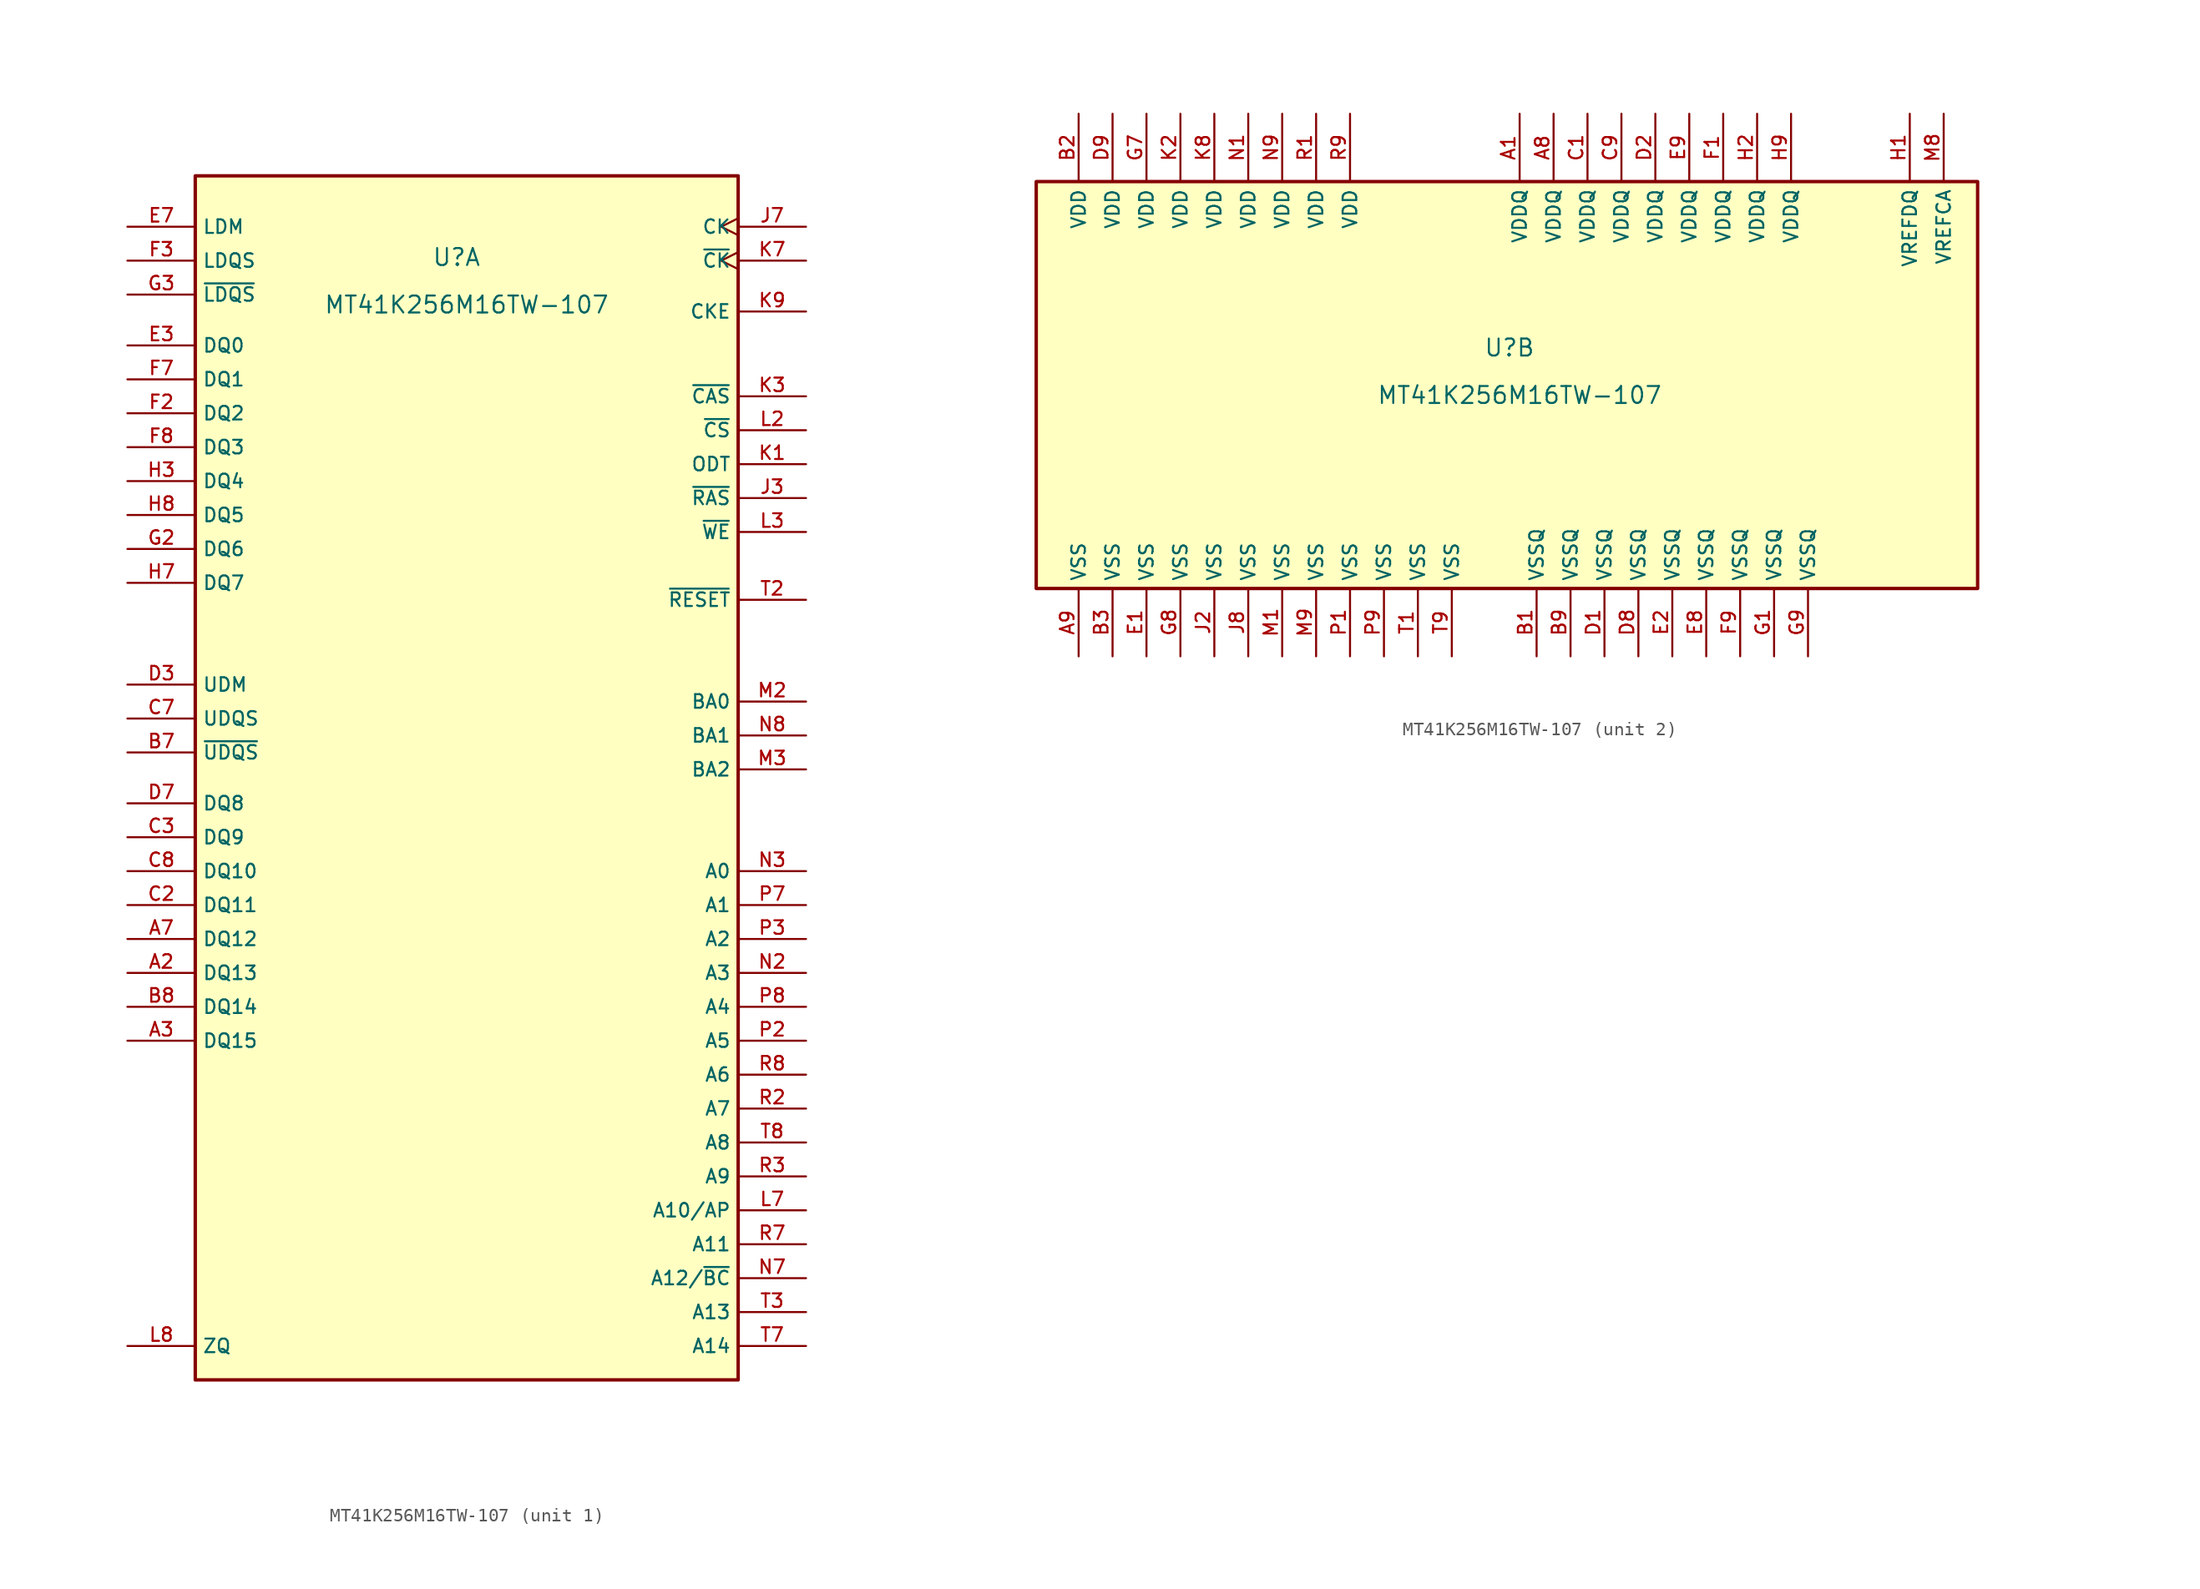
<source format=kicad_sym>
(kicad_symbol_lib
  (version 20241209)
  (generator "kicad_symbol_editor")
  (generator_version "9.0")
  (symbol "MT41K256M16TW-107"
    (property "Reference" "U"
      (at 0.508 4.064 0)
      (effects (font (size 1.27 1.27))))
    (property "Value" "MT41K256M16TW-107"
      (at 1.27 0.508 0)
      (do_not_autoplace)
      (effects (font (size 1.27 1.27))))
    (property "ki_locked" ""
      (at 0 0 0)
      (effects (font (size 1.27 1.27))))
    (symbol "MT41K256M16TW-107_1_0"
      (rectangle (start -19.05 10.16) (end 21.59 -80.01) (stroke (width 0.254) (type default)) (fill (type background)))
      (pin input line (at -24.13 6.35 0) (length 5.08) (name "LDM" (effects (font (size 1.016 1.016)))) (number "E7" (effects (font (size 1.016 1.016)))))
      (pin bidirectional line (at -24.13 3.81 0) (length 5.08) (name "LDQS" (effects (font (size 1.016 1.016)))) (number "F3" (effects (font (size 1.016 1.016)))))
      (pin bidirectional line (at -24.13 1.27 0) (length 5.08) (name "~{LDQS}" (effects (font (size 1.016 1.016)))) (number "G3" (effects (font (size 1.016 1.016)))))
      (pin bidirectional line (at -24.13 -2.54 0) (length 5.08) (name "DQ0" (effects (font (size 1.016 1.016)))) (number "E3" (effects (font (size 1.016 1.016)))))
      (pin bidirectional line (at -24.13 -5.08 0) (length 5.08) (name "DQ1" (effects (font (size 1.016 1.016)))) (number "F7" (effects (font (size 1.016 1.016)))))
      (pin bidirectional line (at -24.13 -7.62 0) (length 5.08) (name "DQ2" (effects (font (size 1.016 1.016)))) (number "F2" (effects (font (size 1.016 1.016)))))
      (pin bidirectional line (at -24.13 -10.16 0) (length 5.08) (name "DQ3" (effects (font (size 1.016 1.016)))) (number "F8" (effects (font (size 1.016 1.016)))))
      (pin bidirectional line (at -24.13 -12.7 0) (length 5.08) (name "DQ4" (effects (font (size 1.016 1.016)))) (number "H3" (effects (font (size 1.016 1.016)))))
      (pin bidirectional line (at -24.13 -15.24 0) (length 5.08) (name "DQ5" (effects (font (size 1.016 1.016)))) (number "H8" (effects (font (size 1.016 1.016)))))
      (pin bidirectional line (at -24.13 -17.78 0) (length 5.08) (name "DQ6" (effects (font (size 1.016 1.016)))) (number "G2" (effects (font (size 1.016 1.016)))))
      (pin bidirectional line (at -24.13 -20.32 0) (length 5.08) (name "DQ7" (effects (font (size 1.016 1.016)))) (number "H7" (effects (font (size 1.016 1.016)))))
      (pin input line (at -24.13 -27.94 0) (length 5.08) (name "UDM" (effects (font (size 1.016 1.016)))) (number "D3" (effects (font (size 1.016 1.016)))))
      (pin bidirectional line (at -24.13 -30.48 0) (length 5.08) (name "UDQS" (effects (font (size 1.016 1.016)))) (number "C7" (effects (font (size 1.016 1.016)))))
      (pin bidirectional line (at -24.13 -33.02 0) (length 5.08) (name "~{UDQS}" (effects (font (size 1.016 1.016)))) (number "B7" (effects (font (size 1.016 1.016)))))
      (pin bidirectional line (at -24.13 -36.83 0) (length 5.08) (name "DQ8" (effects (font (size 1.016 1.016)))) (number "D7" (effects (font (size 1.016 1.016)))))
      (pin bidirectional line (at -24.13 -39.37 0) (length 5.08) (name "DQ9" (effects (font (size 1.016 1.016)))) (number "C3" (effects (font (size 1.016 1.016)))))
      (pin bidirectional line (at -24.13 -41.91 0) (length 5.08) (name "DQ10" (effects (font (size 1.016 1.016)))) (number "C8" (effects (font (size 1.016 1.016)))))
      (pin bidirectional line (at -24.13 -44.45 0) (length 5.08) (name "DQ11" (effects (font (size 1.016 1.016)))) (number "C2" (effects (font (size 1.016 1.016)))))
      (pin bidirectional line (at -24.13 -46.99 0) (length 5.08) (name "DQ12" (effects (font (size 1.016 1.016)))) (number "A7" (effects (font (size 1.016 1.016)))))
      (pin bidirectional line (at -24.13 -49.53 0) (length 5.08) (name "DQ13" (effects (font (size 1.016 1.016)))) (number "A2" (effects (font (size 1.016 1.016)))))
      (pin bidirectional line (at -24.13 -52.07 0) (length 5.08) (name "DQ14" (effects (font (size 1.016 1.016)))) (number "B8" (effects (font (size 1.016 1.016)))))
      (pin bidirectional line (at -24.13 -54.61 0) (length 5.08) (name "DQ15" (effects (font (size 1.016 1.016)))) (number "A3" (effects (font (size 1.016 1.016)))))
      (pin output line (at -24.13 -77.47 0) (length 5.08) (name "ZQ" (effects (font (size 1.016 1.016)))) (number "L8" (effects (font (size 1.016 1.016)))))
      (pin input clock (at 26.67 6.35 180) (length 5.08) (name "CK" (effects (font (size 1.016 1.016)))) (number "J7" (effects (font (size 1.016 1.016)))))
      (pin input clock (at 26.67 3.81 180) (length 5.08) (name "~{CK}" (effects (font (size 1.016 1.016)))) (number "K7" (effects (font (size 1.016 1.016)))))
      (pin input line (at 26.67 0 180) (length 5.08) (name "CKE" (effects (font (size 1.016 1.016)))) (number "K9" (effects (font (size 1.016 1.016)))))
      (pin input line (at 26.67 -6.35 180) (length 5.08) (name "~{CAS}" (effects (font (size 1.016 1.016)))) (number "K3" (effects (font (size 1.016 1.016)))))
      (pin input line (at 26.67 -8.89 180) (length 5.08) (name "~{CS}" (effects (font (size 1.016 1.016)))) (number "L2" (effects (font (size 1.016 1.016)))))
      (pin input line (at 26.67 -11.43 180) (length 5.08) (name "ODT" (effects (font (size 1.016 1.016)))) (number "K1" (effects (font (size 1.016 1.016)))))
      (pin input line (at 26.67 -13.97 180) (length 5.08) (name "~{RAS}" (effects (font (size 1.016 1.016)))) (number "J3" (effects (font (size 1.016 1.016)))))
      (pin input line (at 26.67 -16.51 180) (length 5.08) (name "~{WE}" (effects (font (size 1.016 1.016)))) (number "L3" (effects (font (size 1.016 1.016)))))
      (pin input line (at 26.67 -21.59 180) (length 5.08) (name "~{RESET}" (effects (font (size 1.016 1.016)))) (number "T2" (effects (font (size 1.016 1.016)))))
      (pin input line (at 26.67 -29.21 180) (length 5.08) (name "BA0" (effects (font (size 1.016 1.016)))) (number "M2" (effects (font (size 1.016 1.016)))))
      (pin input line (at 26.67 -31.75 180) (length 5.08) (name "BA1" (effects (font (size 1.016 1.016)))) (number "N8" (effects (font (size 1.016 1.016)))))
      (pin input line (at 26.67 -34.29 180) (length 5.08) (name "BA2" (effects (font (size 1.016 1.016)))) (number "M3" (effects (font (size 1.016 1.016)))))
      (pin input line (at 26.67 -41.91 180) (length 5.08) (name "A0" (effects (font (size 1.016 1.016)))) (number "N3" (effects (font (size 1.016 1.016)))))
      (pin input line (at 26.67 -44.45 180) (length 5.08) (name "A1" (effects (font (size 1.016 1.016)))) (number "P7" (effects (font (size 1.016 1.016)))))
      (pin input line (at 26.67 -46.99 180) (length 5.08) (name "A2" (effects (font (size 1.016 1.016)))) (number "P3" (effects (font (size 1.016 1.016)))))
      (pin input line (at 26.67 -49.53 180) (length 5.08) (name "A3" (effects (font (size 1.016 1.016)))) (number "N2" (effects (font (size 1.016 1.016)))))
      (pin input line (at 26.67 -52.07 180) (length 5.08) (name "A4" (effects (font (size 1.016 1.016)))) (number "P8" (effects (font (size 1.016 1.016)))))
      (pin input line (at 26.67 -54.61 180) (length 5.08) (name "A5" (effects (font (size 1.016 1.016)))) (number "P2" (effects (font (size 1.016 1.016)))))
      (pin input line (at 26.67 -57.15 180) (length 5.08) (name "A6" (effects (font (size 1.016 1.016)))) (number "R8" (effects (font (size 1.016 1.016)))))
      (pin input line (at 26.67 -59.69 180) (length 5.08) (name "A7" (effects (font (size 1.016 1.016)))) (number "R2" (effects (font (size 1.016 1.016)))))
      (pin input line (at 26.67 -62.23 180) (length 5.08) (name "A8" (effects (font (size 1.016 1.016)))) (number "T8" (effects (font (size 1.016 1.016)))))
      (pin input line (at 26.67 -64.77 180) (length 5.08) (name "A9" (effects (font (size 1.016 1.016)))) (number "R3" (effects (font (size 1.016 1.016)))))
      (pin input line (at 26.67 -67.31 180) (length 5.08) (name "A10/AP" (effects (font (size 1.016 1.016)))) (number "L7" (effects (font (size 1.016 1.016)))))
      (pin input line (at 26.67 -69.85 180) (length 5.08) (name "A11" (effects (font (size 1.016 1.016)))) (number "R7" (effects (font (size 1.016 1.016)))))
      (pin input line (at 26.67 -72.39 180) (length 5.08) (name "A12/~{BC}" (effects (font (size 1.016 1.016)))) (number "N7" (effects (font (size 1.016 1.016)))))
      (pin input line (at 26.67 -74.93 180) (length 5.08) (name "A13" (effects (font (size 1.016 1.016)))) (number "T3" (effects (font (size 1.016 1.016)))))
      (pin input line (at 26.67 -77.47 180) (length 5.08) (name "A14" (effects (font (size 1.016 1.016)))) (number "T7" (effects (font (size 1.016 1.016))))))
    (symbol "MT41K256M16TW-107_2_0"
      (rectangle (start -34.925 16.51) (end 35.56 -13.97) (stroke (width 0.254) (type default)) (fill (type background)))
      (pin power_in line (at -31.75 21.59 270) (length 5.08) (name "VDD" (effects (font (size 1.016 1.016)))) (number "B2" (effects (font (size 1.016 1.016)))))
      (pin power_in line (at -31.75 -19.05 90) (length 5.08) (name "VSS" (effects (font (size 1.016 1.016)))) (number "A9" (effects (font (size 1.016 1.016)))))
      (pin power_in line (at -29.21 21.59 270) (length 5.08) (name "VDD" (effects (font (size 1.016 1.016)))) (number "D9" (effects (font (size 1.016 1.016)))))
      (pin power_in line (at -29.21 -19.05 90) (length 5.08) (name "VSS" (effects (font (size 1.016 1.016)))) (number "B3" (effects (font (size 1.016 1.016)))))
      (pin power_in line (at -26.67 21.59 270) (length 5.08) (name "VDD" (effects (font (size 1.016 1.016)))) (number "G7" (effects (font (size 1.016 1.016)))))
      (pin power_in line (at -26.67 -19.05 90) (length 5.08) (name "VSS" (effects (font (size 1.016 1.016)))) (number "E1" (effects (font (size 1.016 1.016)))))
      (pin power_in line (at -24.13 21.59 270) (length 5.08) (name "VDD" (effects (font (size 1.016 1.016)))) (number "K2" (effects (font (size 1.016 1.016)))))
      (pin power_in line (at -24.13 -19.05 90) (length 5.08) (name "VSS" (effects (font (size 1.016 1.016)))) (number "G8" (effects (font (size 1.016 1.016)))))
      (pin power_in line (at -21.59 21.59 270) (length 5.08) (name "VDD" (effects (font (size 1.016 1.016)))) (number "K8" (effects (font (size 1.016 1.016)))))
      (pin power_in line (at -21.59 -19.05 90) (length 5.08) (name "VSS" (effects (font (size 1.016 1.016)))) (number "J2" (effects (font (size 1.016 1.016)))))
      (pin power_in line (at -19.05 21.59 270) (length 5.08) (name "VDD" (effects (font (size 1.016 1.016)))) (number "N1" (effects (font (size 1.016 1.016)))))
      (pin power_in line (at -19.05 -19.05 90) (length 5.08) (name "VSS" (effects (font (size 1.016 1.016)))) (number "J8" (effects (font (size 1.016 1.016)))))
      (pin power_in line (at -16.51 21.59 270) (length 5.08) (name "VDD" (effects (font (size 1.016 1.016)))) (number "N9" (effects (font (size 1.016 1.016)))))
      (pin power_in line (at -16.51 -19.05 90) (length 5.08) (name "VSS" (effects (font (size 1.016 1.016)))) (number "M1" (effects (font (size 1.016 1.016)))))
      (pin power_in line (at -13.97 21.59 270) (length 5.08) (name "VDD" (effects (font (size 1.016 1.016)))) (number "R1" (effects (font (size 1.016 1.016)))))
      (pin power_in line (at -13.97 -19.05 90) (length 5.08) (name "VSS" (effects (font (size 1.016 1.016)))) (number "M9" (effects (font (size 1.016 1.016)))))
      (pin power_in line (at -11.43 21.59 270) (length 5.08) (name "VDD" (effects (font (size 1.016 1.016)))) (number "R9" (effects (font (size 1.016 1.016)))))
      (pin power_in line (at -11.43 -19.05 90) (length 5.08) (name "VSS" (effects (font (size 1.016 1.016)))) (number "P1" (effects (font (size 1.016 1.016)))))
      (pin power_in line (at -8.89 -19.05 90) (length 5.08) (name "VSS" (effects (font (size 1.016 1.016)))) (number "P9" (effects (font (size 1.016 1.016)))))
      (pin power_in line (at -6.35 -19.05 90) (length 5.08) (name "VSS" (effects (font (size 1.016 1.016)))) (number "T1" (effects (font (size 1.016 1.016)))))
      (pin power_in line (at -3.81 -19.05 90) (length 5.08) (name "VSS" (effects (font (size 1.016 1.016)))) (number "T9" (effects (font (size 1.016 1.016)))))
      (pin power_in line (at 1.27 21.59 270) (length 5.08) (name "VDDQ" (effects (font (size 1.016 1.016)))) (number "A1" (effects (font (size 1.016 1.016)))))
      (pin power_in line (at 2.54 -19.05 90) (length 5.08) (name "VSSQ" (effects (font (size 1.016 1.016)))) (number "B1" (effects (font (size 1.016 1.016)))))
      (pin power_in line (at 3.81 21.59 270) (length 5.08) (name "VDDQ" (effects (font (size 1.016 1.016)))) (number "A8" (effects (font (size 1.016 1.016)))))
      (pin power_in line (at 5.08 -19.05 90) (length 5.08) (name "VSSQ" (effects (font (size 1.016 1.016)))) (number "B9" (effects (font (size 1.016 1.016)))))
      (pin power_in line (at 6.35 21.59 270) (length 5.08) (name "VDDQ" (effects (font (size 1.016 1.016)))) (number "C1" (effects (font (size 1.016 1.016)))))
      (pin power_in line (at 7.62 -19.05 90) (length 5.08) (name "VSSQ" (effects (font (size 1.016 1.016)))) (number "D1" (effects (font (size 1.016 1.016)))))
      (pin power_in line (at 8.89 21.59 270) (length 5.08) (name "VDDQ" (effects (font (size 1.016 1.016)))) (number "C9" (effects (font (size 1.016 1.016)))))
      (pin power_in line (at 10.16 -19.05 90) (length 5.08) (name "VSSQ" (effects (font (size 1.016 1.016)))) (number "D8" (effects (font (size 1.016 1.016)))))
      (pin power_in line (at 11.43 21.59 270) (length 5.08) (name "VDDQ" (effects (font (size 1.016 1.016)))) (number "D2" (effects (font (size 1.016 1.016)))))
      (pin power_in line (at 12.7 -19.05 90) (length 5.08) (name "VSSQ" (effects (font (size 1.016 1.016)))) (number "E2" (effects (font (size 1.016 1.016)))))
      (pin power_in line (at 13.97 21.59 270) (length 5.08) (name "VDDQ" (effects (font (size 1.016 1.016)))) (number "E9" (effects (font (size 1.016 1.016)))))
      (pin power_in line (at 15.24 -19.05 90) (length 5.08) (name "VSSQ" (effects (font (size 1.016 1.016)))) (number "E8" (effects (font (size 1.016 1.016)))))
      (pin power_in line (at 16.51 21.59 270) (length 5.08) (name "VDDQ" (effects (font (size 1.016 1.016)))) (number "F1" (effects (font (size 1.016 1.016)))))
      (pin power_in line (at 17.78 -19.05 90) (length 5.08) (name "VSSQ" (effects (font (size 1.016 1.016)))) (number "F9" (effects (font (size 1.016 1.016)))))
      (pin power_in line (at 19.05 21.59 270) (length 5.08) (name "VDDQ" (effects (font (size 1.016 1.016)))) (number "H2" (effects (font (size 1.016 1.016)))))
      (pin power_in line (at 20.32 -19.05 90) (length 5.08) (name "VSSQ" (effects (font (size 1.016 1.016)))) (number "G1" (effects (font (size 1.016 1.016)))))
      (pin power_in line (at 21.59 21.59 270) (length 5.08) (name "VDDQ" (effects (font (size 1.016 1.016)))) (number "H9" (effects (font (size 1.016 1.016)))))
      (pin power_in line (at 22.86 -19.05 90) (length 5.08) (name "VSSQ" (effects (font (size 1.016 1.016)))) (number "G9" (effects (font (size 1.016 1.016)))))
      (pin power_in line (at 30.48 21.59 270) (length 5.08) (name "VREFDQ" (effects (font (size 1.016 1.016)))) (number "H1" (effects (font (size 1.016 1.016)))))
      (pin power_in line (at 33.02 21.59 270) (length 5.08) (name "VREFCA" (effects (font (size 1.016 1.016)))) (number "M8" (effects (font (size 1.016 1.016)))))
      (pin no_connect line (at 40.64 0 180) (length 5.08) (hide yes) (name "NC" (effects (font (size 1.016 1.016)))) (number "J1" (effects (font (size 1.016 1.016)))))
      (pin no_connect line (at 40.64 -2.54 180) (length 5.08) (hide yes) (name "NC" (effects (font (size 1.016 1.016)))) (number "J9" (effects (font (size 1.016 1.016)))))
      (pin no_connect line (at 40.64 -5.08 180) (length 5.08) (hide yes) (name "NC" (effects (font (size 1.016 1.016)))) (number "L1" (effects (font (size 1.016 1.016)))))
      (pin no_connect line (at 40.64 -7.62 180) (length 5.08) (hide yes) (name "NC" (effects (font (size 1.016 1.016)))) (number "L9" (effects (font (size 1.016 1.016)))))
      (pin no_connect line (at 40.64 -10.16 180) (length 5.08) (hide yes) (name "NC" (effects (font (size 1.016 1.016)))) (number "M7" (effects (font (size 1.016 1.016))))))))
</source>
